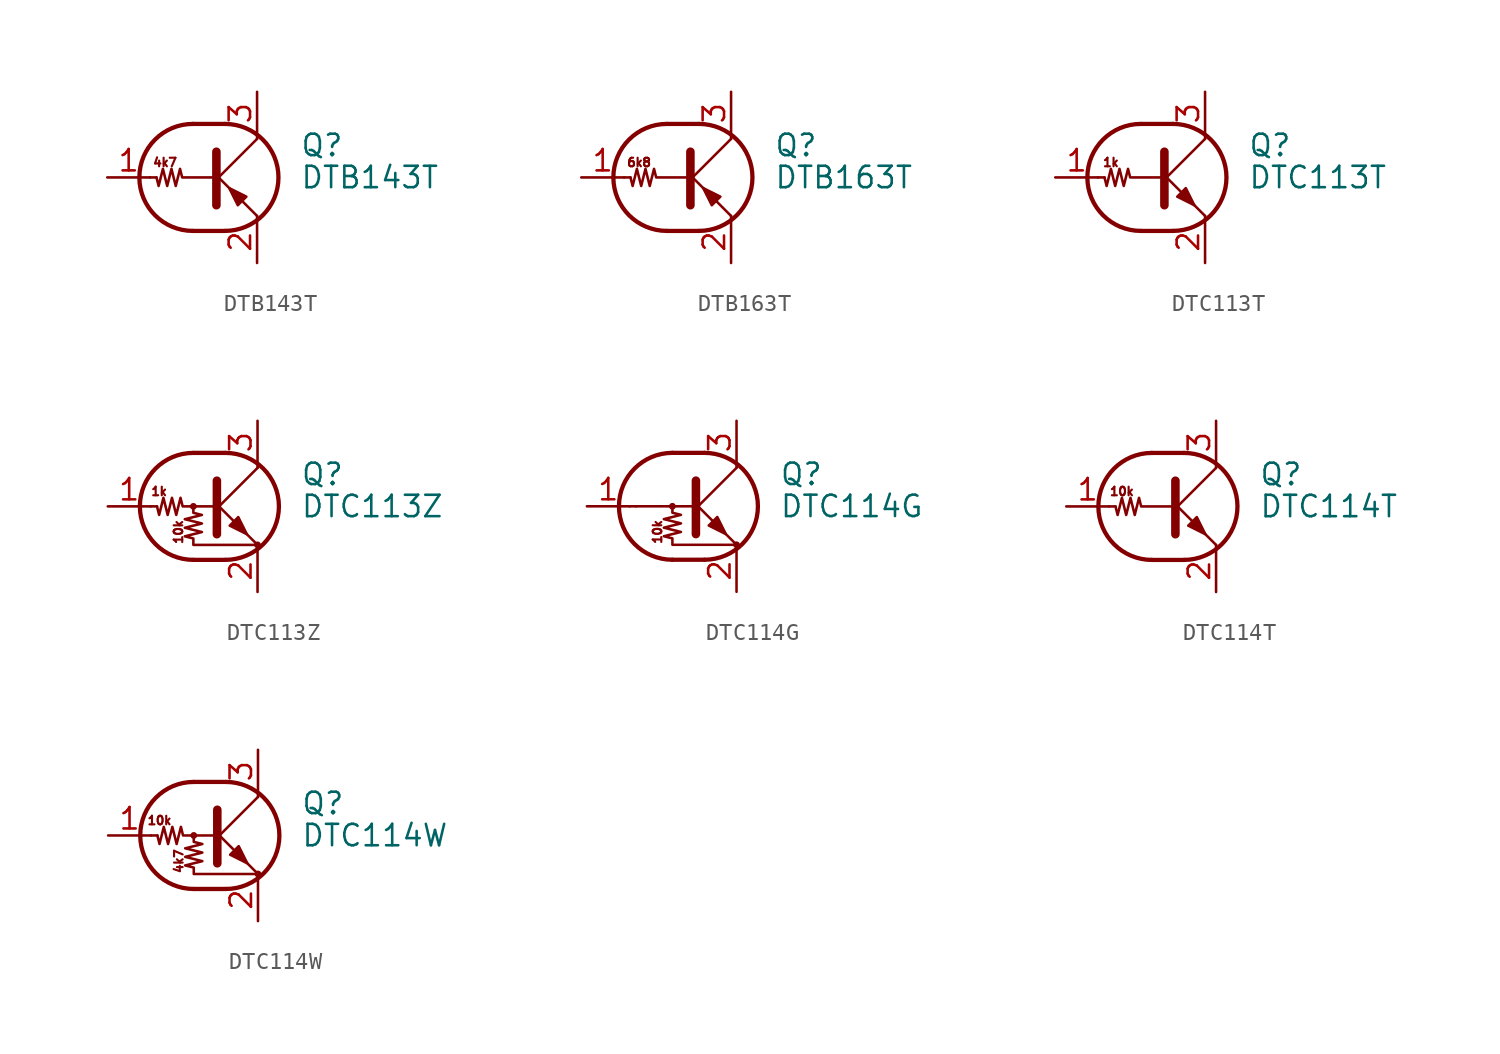
<source format=kicad_sym>
(kicad_symbol_lib
  (version 20201005)
  (generator kicad_symbol_editor)
  (symbol "DTB143T"
    (pin_names
      (offset 0) hide)
    (property "Reference" "Q"
      (at 5.08 1.905 0)
      (effects (font (size 1.27 1.27)) (justify left)))
    (property "Value" "DTB143T"
      (at 5.08 0 0)
      (effects (font (size 1.27 1.27)) (justify left)))
    (symbol "DTB143T_0_0"
      (text "4k7" (at -2.921 0.889 0) (effects (font (size 0.508 0.508))))
      (polyline (pts (xy 2.54 -2.286) (xy 2.54 -2.54)) (stroke (width 0)) (fill (type none))))
    (symbol "DTB143T_0_1"
      (arc (start -1.27 3.175) (end -1.27 -3.175) (radius (at -1.27 0) (length 3.175) (angles 90.1 -90.1)) (stroke (width 0.254)) (fill (type none)))
      (arc (start 0.635 -3.175) (end 0.635 3.175) (radius (at 0.635 0) (length 3.175) (angles -89.9 89.9)) (stroke (width 0.254)) (fill (type none)))
      (polyline (pts (xy -3.429 0) (xy -3.81 0)) (stroke (width 0)) (fill (type none)))
      (polyline (pts (xy -1.27 -3.175) (xy 0.635 -3.175)) (stroke (width 0.254)) (fill (type none)))
      (polyline (pts (xy -1.27 3.175) (xy 0.635 3.175)) (stroke (width 0.254)) (fill (type none)))
      (polyline (pts (xy 0 -0.254) (xy 2.54 2.286)) (stroke (width 0)) (fill (type none)))
      (polyline (pts (xy 2.54 2.286) (xy 2.54 2.54)) (stroke (width 0)) (fill (type none)))
      (polyline (pts (xy 2.54 -2.286) (xy 0 0.254) (xy 0 0.254)) (stroke (width 0)) (fill (type none)))
      (polyline (pts (xy 0 0) (xy -1.905 0) (xy -2.032 0.508) (xy -2.286 -0.508) (xy -2.54 0.508) (xy -2.794 -0.508) (xy -3.048 0.508) (xy -3.302 -0.508) (xy -3.429 0)) (stroke (width 0)) (fill (type none)))
      (polyline (pts (xy 0.127 1.524) (xy 0.127 -1.651)) (stroke (width 0.508)) (fill (type outline)))
      (polyline (pts (xy 1.397 -1.651) (xy 1.905 -1.143) (xy 0.889 -0.635) (xy 1.397 -1.651)) (stroke (width 0)) (fill (type outline))))
    (symbol "DTB143T_1_1"
      (pin input line (at -6.35 0 0) (length 2.54) (name "B" (effects (font (size 1.27 1.27)))) (number "1" (effects (font (size 1.27 1.27)))))
      (pin passive line (at 2.54 -5.08 90) (length 2.54) (name "E" (effects (font (size 1.27 1.27)))) (number "2" (effects (font (size 1.27 1.27)))))
      (pin passive line (at 2.54 5.08 270) (length 2.54) (name "C" (effects (font (size 1.27 1.27)))) (number "3" (effects (font (size 1.27 1.27)))))))
  (symbol "DTB163T"
    (pin_names
      (offset 0) hide)
    (property "Reference" "Q"
      (at 5.08 1.905 0)
      (effects (font (size 1.27 1.27)) (justify left)))
    (property "Value" "DTB163T"
      (at 5.08 0 0)
      (effects (font (size 1.27 1.27)) (justify left)))
    (symbol "DTB163T_0_0"
      (text "6k8" (at -2.921 0.889 0) (effects (font (size 0.508 0.508))))
      (polyline (pts (xy 2.54 -2.286) (xy 2.54 -2.54)) (stroke (width 0)) (fill (type none))))
    (symbol "DTB163T_0_1"
      (arc (start -1.27 3.175) (end -1.27 -3.175) (radius (at -1.27 0) (length 3.175) (angles 90.1 -90.1)) (stroke (width 0.254)) (fill (type none)))
      (arc (start 0.635 -3.175) (end 0.635 3.175) (radius (at 0.635 0) (length 3.175) (angles -89.9 89.9)) (stroke (width 0.254)) (fill (type none)))
      (polyline (pts (xy -3.429 0) (xy -3.81 0)) (stroke (width 0)) (fill (type none)))
      (polyline (pts (xy -1.27 -3.175) (xy 0.635 -3.175)) (stroke (width 0.254)) (fill (type none)))
      (polyline (pts (xy -1.27 3.175) (xy 0.635 3.175)) (stroke (width 0.254)) (fill (type none)))
      (polyline (pts (xy 0 -0.254) (xy 2.54 2.286)) (stroke (width 0)) (fill (type none)))
      (polyline (pts (xy 2.54 2.286) (xy 2.54 2.54)) (stroke (width 0)) (fill (type none)))
      (polyline (pts (xy 2.54 -2.286) (xy 0 0.254) (xy 0 0.254)) (stroke (width 0)) (fill (type none)))
      (polyline (pts (xy 0 0) (xy -1.905 0) (xy -2.032 0.508) (xy -2.286 -0.508) (xy -2.54 0.508) (xy -2.794 -0.508) (xy -3.048 0.508) (xy -3.302 -0.508) (xy -3.429 0)) (stroke (width 0)) (fill (type none)))
      (polyline (pts (xy 0.127 1.524) (xy 0.127 -1.651)) (stroke (width 0.508)) (fill (type outline)))
      (polyline (pts (xy 1.397 -1.651) (xy 1.905 -1.143) (xy 0.889 -0.635) (xy 1.397 -1.651)) (stroke (width 0)) (fill (type outline))))
    (symbol "DTB163T_1_1"
      (pin input line (at -6.35 0 0) (length 2.54) (name "B" (effects (font (size 1.27 1.27)))) (number "1" (effects (font (size 1.27 1.27)))))
      (pin passive line (at 2.54 -5.08 90) (length 2.54) (name "E" (effects (font (size 1.27 1.27)))) (number "2" (effects (font (size 1.27 1.27)))))
      (pin passive line (at 2.54 5.08 270) (length 2.54) (name "C" (effects (font (size 1.27 1.27)))) (number "3" (effects (font (size 1.27 1.27)))))))
  (symbol "DTC113T"
    (pin_names
      (offset 0) hide)
    (property "Reference" "Q"
      (at 5.08 1.905 0)
      (effects (font (size 1.27 1.27)) (justify left)))
    (property "Value" "DTC113T"
      (at 5.08 0 0)
      (effects (font (size 1.27 1.27)) (justify left)))
    (symbol "DTC113T_0_0"
      (text "1k" (at -3.048 0.889 0) (effects (font (size 0.508 0.508))))
      (polyline (pts (xy 2.54 -2.286) (xy 2.54 -2.54)) (stroke (width 0)) (fill (type none))))
    (symbol "DTC113T_0_1"
      (arc (start -1.27 3.175) (end -1.27 -3.175) (radius (at -1.27 0) (length 3.175) (angles 90.1 -90.1)) (stroke (width 0.254)) (fill (type none)))
      (arc (start 0.635 -3.175) (end 0.635 3.175) (radius (at 0.635 0) (length 3.175) (angles -89.9 89.9)) (stroke (width 0.254)) (fill (type none)))
      (polyline (pts (xy -3.429 0) (xy -3.81 0)) (stroke (width 0)) (fill (type none)))
      (polyline (pts (xy -1.27 -3.175) (xy 0.635 -3.175)) (stroke (width 0.254)) (fill (type none)))
      (polyline (pts (xy -1.27 3.175) (xy 0.635 3.175)) (stroke (width 0.254)) (fill (type none)))
      (polyline (pts (xy 0 -0.254) (xy 2.54 2.286)) (stroke (width 0)) (fill (type none)))
      (polyline (pts (xy 2.54 2.286) (xy 2.54 2.54)) (stroke (width 0)) (fill (type none)))
      (polyline (pts (xy 2.54 -2.286) (xy 0 0.254) (xy 0 0.254)) (stroke (width 0)) (fill (type none)))
      (polyline (pts (xy 0 0) (xy -1.905 0) (xy -2.032 0.508) (xy -2.286 -0.508) (xy -2.54 0.508) (xy -2.794 -0.508) (xy -3.048 0.508) (xy -3.302 -0.508) (xy -3.429 0)) (stroke (width 0)) (fill (type none)))
      (polyline (pts (xy 0.127 1.524) (xy 0.127 -1.651)) (stroke (width 0.508)) (fill (type outline)))
      (polyline (pts (xy 0.889 -1.143) (xy 1.397 -0.635) (xy 1.905 -1.651) (xy 0.889 -1.143)) (stroke (width 0)) (fill (type outline))))
    (symbol "DTC113T_1_1"
      (pin input line (at -6.35 0 0) (length 2.54) (name "B" (effects (font (size 1.27 1.27)))) (number "1" (effects (font (size 1.27 1.27)))))
      (pin passive line (at 2.54 -5.08 90) (length 2.54) (name "E" (effects (font (size 1.27 1.27)))) (number "2" (effects (font (size 1.27 1.27)))))
      (pin passive line (at 2.54 5.08 270) (length 2.54) (name "C" (effects (font (size 1.27 1.27)))) (number "3" (effects (font (size 1.27 1.27)))))))
  (symbol "DTC113Z"
    (pin_names
      (offset 0) hide)
    (property "Reference" "Q"
      (at 5.08 1.905 0)
      (effects (font (size 1.27 1.27)) (justify left)))
    (property "Value" "DTC113Z"
      (at 5.08 0 0)
      (effects (font (size 1.27 1.27)) (justify left)))
    (symbol "DTC113Z_0_0"
      (text "10k" (at -2.159 -1.524 900) (effects (font (size 0.508 0.508))))
      (text "1k" (at -3.302 0.889 0) (effects (font (size 0.508 0.508)))))
    (symbol "DTC113Z_0_1"
      (arc (start -1.27 3.175) (end -1.27 -3.175) (radius (at -1.27 0) (length 3.175) (angles 90.1 -90.1)) (stroke (width 0.254)) (fill (type none)))
      (arc (start 0.635 -3.175) (end 0.635 3.175) (radius (at 0.635 0) (length 3.175) (angles -89.9 89.9)) (stroke (width 0.254)) (fill (type none)))
      (circle (center -1.27 0) (radius 0.127) (stroke (width 0)) (fill (type none)))
      (circle (center 2.54 -2.286) (radius 0.127) (stroke (width 0)) (fill (type none)))
      (polyline (pts (xy -3.429 0) (xy -3.81 0)) (stroke (width 0)) (fill (type none)))
      (polyline (pts (xy -1.27 -3.175) (xy 0.635 -3.175)) (stroke (width 0.254)) (fill (type none)))
      (polyline (pts (xy -1.27 3.175) (xy 0.635 3.175)) (stroke (width 0.254)) (fill (type none)))
      (polyline (pts (xy 0 -0.254) (xy 2.54 2.286)) (stroke (width 0)) (fill (type none)))
      (polyline (pts (xy 2.54 2.286) (xy 2.54 2.54)) (stroke (width 0)) (fill (type none)))
      (polyline (pts (xy 2.54 -2.286) (xy 0 0.254) (xy 0 0.254)) (stroke (width 0)) (fill (type none)))
      (polyline (pts (xy 0 0) (xy -1.905 0) (xy -2.032 0.508) (xy -2.286 -0.508) (xy -2.54 0.508) (xy -2.794 -0.508) (xy -3.048 0.508) (xy -3.302 -0.508) (xy -3.429 0)) (stroke (width 0)) (fill (type none)))
      (polyline (pts (xy -1.27 0) (xy -1.27 -0.381) (xy -0.762 -0.508) (xy -1.778 -0.762) (xy -0.762 -1.016) (xy -1.778 -1.27) (xy -0.762 -1.524) (xy -1.778 -1.778) (xy -1.27 -1.905) (xy -1.27 -2.286) (xy 2.54 -2.286)) (stroke (width 0)) (fill (type none)))
      (polyline (pts (xy 0.127 1.524) (xy 0.127 -1.651)) (stroke (width 0.508)) (fill (type outline)))
      (polyline (pts (xy 0.889 -1.143) (xy 1.397 -0.635) (xy 1.905 -1.651) (xy 0.889 -1.143)) (stroke (width 0)) (fill (type outline))))
    (symbol "DTC113Z_1_1"
      (pin input line (at -6.35 0 0) (length 2.54) (name "B" (effects (font (size 1.27 1.27)))) (number "1" (effects (font (size 1.27 1.27)))))
      (pin passive line (at 2.54 -5.08 90) (length 2.54) (name "E" (effects (font (size 1.27 1.27)))) (number "2" (effects (font (size 1.27 1.27)))))
      (pin passive line (at 2.54 5.08 270) (length 2.54) (name "C" (effects (font (size 1.27 1.27)))) (number "3" (effects (font (size 1.27 1.27)))))))
  (symbol "DTC114G"
    (pin_names
      (offset 0) hide)
    (property "Reference" "Q"
      (at 5.08 1.905 0)
      (effects (font (size 1.27 1.27)) (justify left)))
    (property "Value" "DTC114G"
      (at 5.08 0 0)
      (effects (font (size 1.27 1.27)) (justify left)))
    (symbol "DTC114G_0_0"
      (text "10k" (at -2.159 -1.524 900) (effects (font (size 0.508 0.508))))
      (polyline (pts (xy -3.429 0) (xy 0 0)) (stroke (width 0)) (fill (type none))))
    (symbol "DTC114G_0_1"
      (arc (start -1.27 3.175) (end -1.27 -3.175) (radius (at -1.27 0) (length 3.175) (angles 90.1 -90.1)) (stroke (width 0.254)) (fill (type none)))
      (arc (start 0.635 -3.175) (end 0.635 3.175) (radius (at 0.635 0) (length 3.175) (angles -89.9 89.9)) (stroke (width 0.254)) (fill (type none)))
      (circle (center -1.27 0) (radius 0.127) (stroke (width 0)) (fill (type none)))
      (circle (center 2.54 -2.286) (radius 0.127) (stroke (width 0)) (fill (type none)))
      (polyline (pts (xy -3.429 0) (xy -3.81 0)) (stroke (width 0)) (fill (type none)))
      (polyline (pts (xy -1.27 -3.175) (xy 0.635 -3.175)) (stroke (width 0.254)) (fill (type none)))
      (polyline (pts (xy -1.27 3.175) (xy 0.635 3.175)) (stroke (width 0.254)) (fill (type none)))
      (polyline (pts (xy 0 -0.254) (xy 2.54 2.286)) (stroke (width 0)) (fill (type none)))
      (polyline (pts (xy 2.54 2.286) (xy 2.54 2.54)) (stroke (width 0)) (fill (type none)))
      (polyline (pts (xy 2.54 -2.286) (xy 0 0.254) (xy 0 0.254)) (stroke (width 0)) (fill (type none)))
      (polyline (pts (xy -1.27 0) (xy -1.27 -0.381) (xy -0.762 -0.508) (xy -1.778 -0.762) (xy -0.762 -1.016) (xy -1.778 -1.27) (xy -0.762 -1.524) (xy -1.778 -1.778) (xy -1.27 -1.905) (xy -1.27 -2.286) (xy 2.54 -2.286)) (stroke (width 0)) (fill (type none)))
      (polyline (pts (xy 0.127 1.524) (xy 0.127 -1.651)) (stroke (width 0.508)) (fill (type outline)))
      (polyline (pts (xy 0.889 -1.143) (xy 1.397 -0.635) (xy 1.905 -1.651) (xy 0.889 -1.143)) (stroke (width 0)) (fill (type outline))))
    (symbol "DTC114G_1_1"
      (pin input line (at -6.35 0 0) (length 2.54) (name "B" (effects (font (size 1.27 1.27)))) (number "1" (effects (font (size 1.27 1.27)))))
      (pin passive line (at 2.54 -5.08 90) (length 2.54) (name "E" (effects (font (size 1.27 1.27)))) (number "2" (effects (font (size 1.27 1.27)))))
      (pin passive line (at 2.54 5.08 270) (length 2.54) (name "C" (effects (font (size 1.27 1.27)))) (number "3" (effects (font (size 1.27 1.27)))))))
  (symbol "DTC114T"
    (pin_names
      (offset 0) hide)
    (property "Reference" "Q"
      (at 5.08 1.905 0)
      (effects (font (size 1.27 1.27)) (justify left)))
    (property "Value" "DTC114T"
      (at 5.08 0 0)
      (effects (font (size 1.27 1.27)) (justify left)))
    (symbol "DTC114T_0_0"
      (text "10k" (at -3.048 0.889 0) (effects (font (size 0.508 0.508))))
      (polyline (pts (xy 2.54 -2.286) (xy 2.54 -2.54)) (stroke (width 0)) (fill (type none))))
    (symbol "DTC114T_0_1"
      (arc (start -1.27 3.175) (end -1.27 -3.175) (radius (at -1.27 0) (length 3.175) (angles 90.1 -90.1)) (stroke (width 0.254)) (fill (type none)))
      (arc (start 0.635 -3.175) (end 0.635 3.175) (radius (at 0.635 0) (length 3.175) (angles -89.9 89.9)) (stroke (width 0.254)) (fill (type none)))
      (polyline (pts (xy -3.429 0) (xy -3.81 0)) (stroke (width 0)) (fill (type none)))
      (polyline (pts (xy -1.27 -3.175) (xy 0.635 -3.175)) (stroke (width 0.254)) (fill (type none)))
      (polyline (pts (xy -1.27 3.175) (xy 0.635 3.175)) (stroke (width 0.254)) (fill (type none)))
      (polyline (pts (xy 0 -0.254) (xy 2.54 2.286)) (stroke (width 0)) (fill (type none)))
      (polyline (pts (xy 2.54 2.286) (xy 2.54 2.54)) (stroke (width 0)) (fill (type none)))
      (polyline (pts (xy 2.54 -2.286) (xy 0 0.254) (xy 0 0.254)) (stroke (width 0)) (fill (type none)))
      (polyline (pts (xy 0 0) (xy -1.905 0) (xy -2.032 0.508) (xy -2.286 -0.508) (xy -2.54 0.508) (xy -2.794 -0.508) (xy -3.048 0.508) (xy -3.302 -0.508) (xy -3.429 0)) (stroke (width 0)) (fill (type none)))
      (polyline (pts (xy 0.127 1.524) (xy 0.127 -1.651)) (stroke (width 0.508)) (fill (type outline)))
      (polyline (pts (xy 0.889 -1.143) (xy 1.397 -0.635) (xy 1.905 -1.651) (xy 0.889 -1.143)) (stroke (width 0)) (fill (type outline))))
    (symbol "DTC114T_1_1"
      (pin input line (at -6.35 0 0) (length 2.54) (name "B" (effects (font (size 1.27 1.27)))) (number "1" (effects (font (size 1.27 1.27)))))
      (pin passive line (at 2.54 -5.08 90) (length 2.54) (name "E" (effects (font (size 1.27 1.27)))) (number "2" (effects (font (size 1.27 1.27)))))
      (pin passive line (at 2.54 5.08 270) (length 2.54) (name "C" (effects (font (size 1.27 1.27)))) (number "3" (effects (font (size 1.27 1.27)))))))
  (symbol "DTC114W"
    (pin_names
      (offset 0) hide)
    (property "Reference" "Q"
      (at 5.08 1.905 0)
      (effects (font (size 1.27 1.27)) (justify left)))
    (property "Value" "DTC114W"
      (at 5.08 0 0)
      (effects (font (size 1.27 1.27)) (justify left)))
    (symbol "DTC114W_0_0"
      (text "10k" (at -3.302 0.889 0) (effects (font (size 0.508 0.508))))
      (text "4k7" (at -2.159 -1.524 900) (effects (font (size 0.508 0.508)))))
    (symbol "DTC114W_0_1"
      (arc (start -1.27 3.175) (end -1.27 -3.175) (radius (at -1.27 0) (length 3.175) (angles 90.1 -90.1)) (stroke (width 0.254)) (fill (type none)))
      (arc (start 0.635 -3.175) (end 0.635 3.175) (radius (at 0.635 0) (length 3.175) (angles -89.9 89.9)) (stroke (width 0.254)) (fill (type none)))
      (circle (center -1.27 0) (radius 0.127) (stroke (width 0)) (fill (type none)))
      (circle (center 2.54 -2.286) (radius 0.127) (stroke (width 0)) (fill (type none)))
      (polyline (pts (xy -3.429 0) (xy -3.81 0)) (stroke (width 0)) (fill (type none)))
      (polyline (pts (xy -1.27 -3.175) (xy 0.635 -3.175)) (stroke (width 0.254)) (fill (type none)))
      (polyline (pts (xy -1.27 3.175) (xy 0.635 3.175)) (stroke (width 0.254)) (fill (type none)))
      (polyline (pts (xy 0 -0.254) (xy 2.54 2.286)) (stroke (width 0)) (fill (type none)))
      (polyline (pts (xy 2.54 2.286) (xy 2.54 2.54)) (stroke (width 0)) (fill (type none)))
      (polyline (pts (xy 2.54 -2.286) (xy 0 0.254) (xy 0 0.254)) (stroke (width 0)) (fill (type none)))
      (polyline (pts (xy 0 0) (xy -1.905 0) (xy -2.032 0.508) (xy -2.286 -0.508) (xy -2.54 0.508) (xy -2.794 -0.508) (xy -3.048 0.508) (xy -3.302 -0.508) (xy -3.429 0)) (stroke (width 0)) (fill (type none)))
      (polyline (pts (xy -1.27 0) (xy -1.27 -0.381) (xy -0.762 -0.508) (xy -1.778 -0.762) (xy -0.762 -1.016) (xy -1.778 -1.27) (xy -0.762 -1.524) (xy -1.778 -1.778) (xy -1.27 -1.905) (xy -1.27 -2.286) (xy 2.54 -2.286)) (stroke (width 0)) (fill (type none)))
      (polyline (pts (xy 0.127 1.524) (xy 0.127 -1.651)) (stroke (width 0.508)) (fill (type outline)))
      (polyline (pts (xy 0.889 -1.143) (xy 1.397 -0.635) (xy 1.905 -1.651) (xy 0.889 -1.143)) (stroke (width 0)) (fill (type outline))))
    (symbol "DTC114W_1_1"
      (pin input line (at -6.35 0 0) (length 2.54) (name "B" (effects (font (size 1.27 1.27)))) (number "1" (effects (font (size 1.27 1.27)))))
      (pin passive line (at 2.54 -5.08 90) (length 2.54) (name "E" (effects (font (size 1.27 1.27)))) (number "2" (effects (font (size 1.27 1.27)))))
      (pin passive line (at 2.54 5.08 270) (length 2.54) (name "C" (effects (font (size 1.27 1.27)))) (number "3" (effects (font (size 1.27 1.27))))))))
</source>
